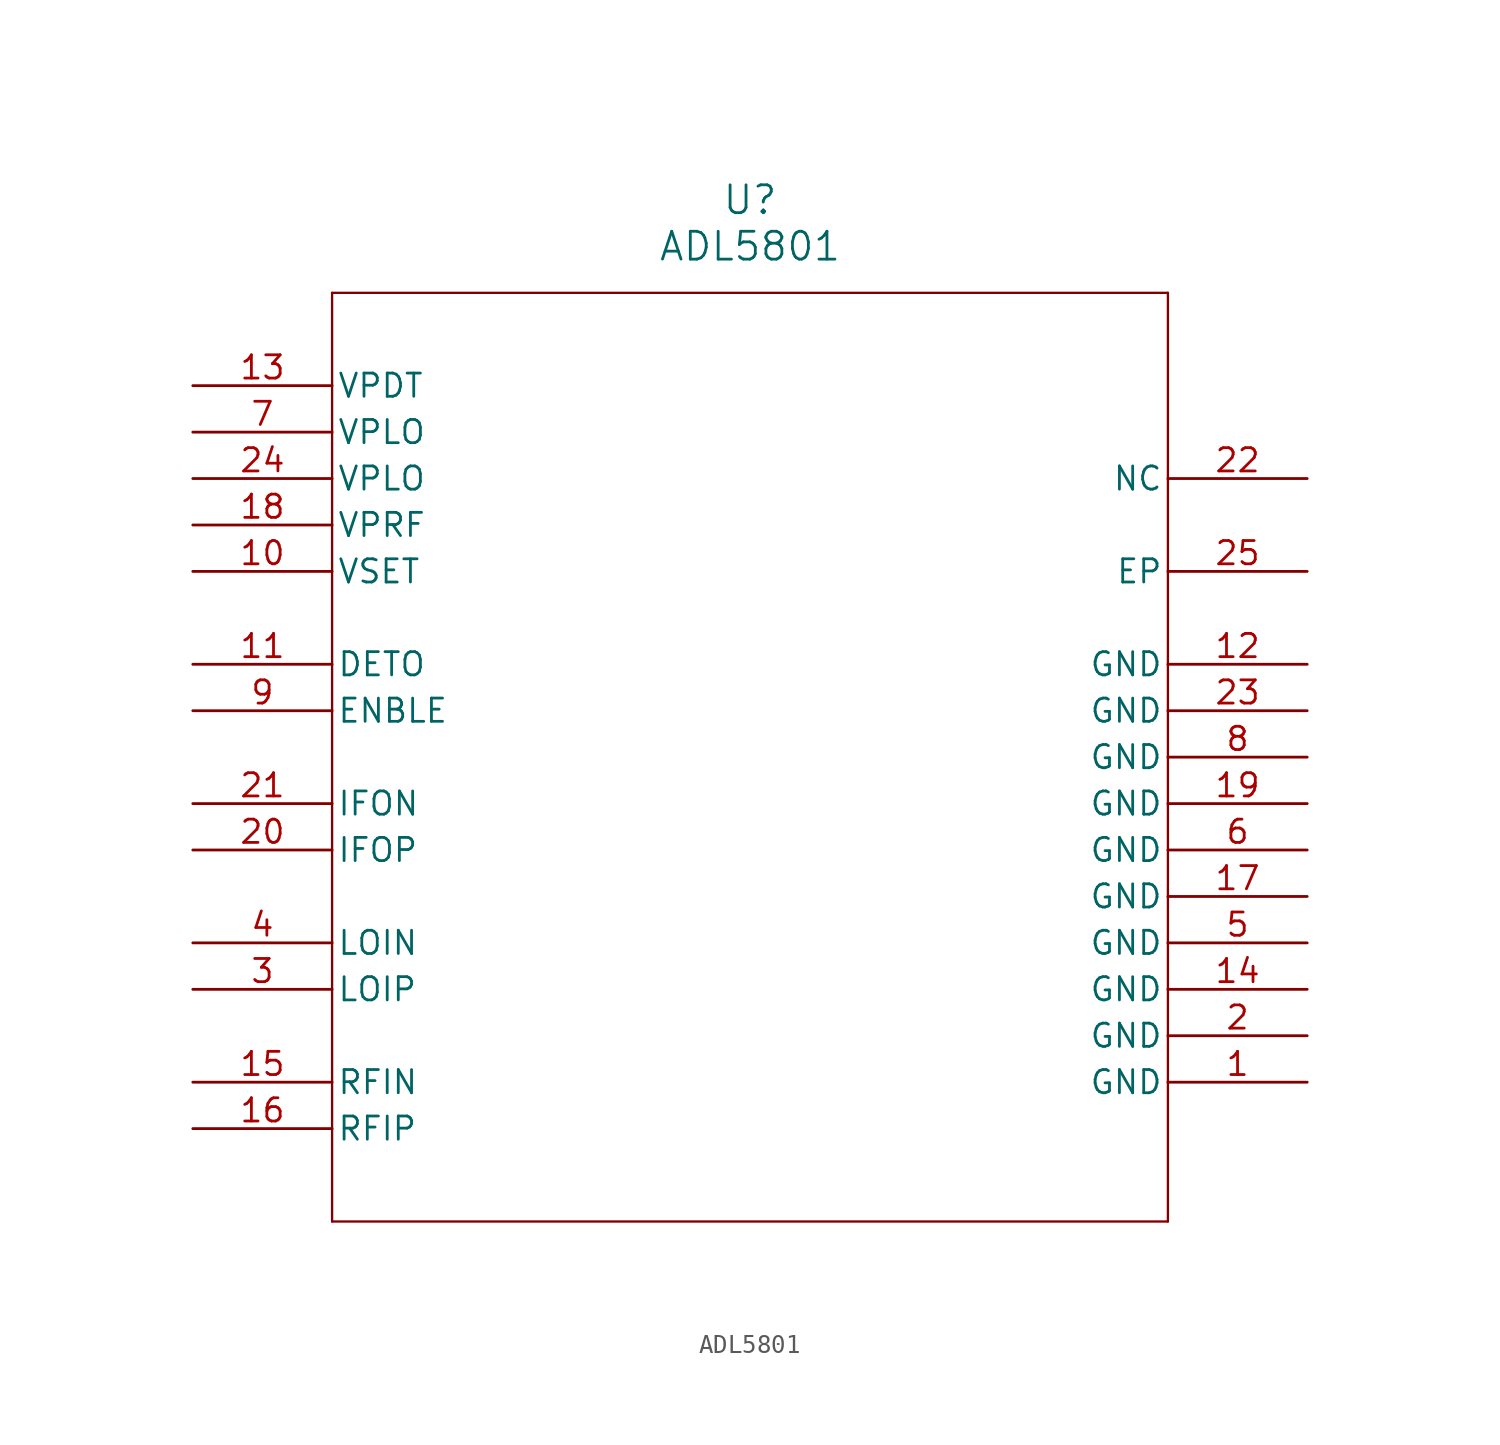
<source format=kicad_sym>
(kicad_symbol_lib
  (version 20241209)
  (generator "kicad_symbol_editor")
  (generator_version "9.0")
  (symbol "ADL5801"
    (pin_names
      (offset 0.254))
    (property "Reference" "U"
      (at 30.48 5.08 0)
      (effects (font (size 1.524 1.524))))
    (property "Value" "ADL5801"
      (at 30.48 2.54 0)
      (effects (font (size 1.524 1.524))))
    (property "ki_locked" ""
      (at 0 0 0)
      (effects (font (size 1.27 1.27))))
    (symbol "ADL5801_0_1"
      (polyline (pts (xy 7.62 0) (xy 7.62 -50.8)) (stroke (width 0.127) (type default)) (fill (type none)))
      (polyline (pts (xy 7.62 -50.8) (xy 53.34 -50.8)) (stroke (width 0.127) (type default)) (fill (type none)))
      (polyline (pts (xy 53.34 0) (xy 7.62 0)) (stroke (width 0.127) (type default)) (fill (type none)))
      (polyline (pts (xy 53.34 -50.8) (xy 53.34 0)) (stroke (width 0.127) (type default)) (fill (type none)))
      (pin unspecified line (at 0 -5.08 0) (length 7.62) (name "VPDT" (effects (font (size 1.27 1.27)))) (number "13" (effects (font (size 1.27 1.27)))))
      (pin unspecified line (at 0 -7.62 0) (length 7.62) (name "VPLO" (effects (font (size 1.27 1.27)))) (number "7" (effects (font (size 1.27 1.27)))))
      (pin unspecified line (at 0 -10.16 0) (length 7.62) (name "VPLO" (effects (font (size 1.27 1.27)))) (number "24" (effects (font (size 1.27 1.27)))))
      (pin unspecified line (at 0 -12.7 0) (length 7.62) (name "VPRF" (effects (font (size 1.27 1.27)))) (number "18" (effects (font (size 1.27 1.27)))))
      (pin unspecified line (at 0 -15.24 0) (length 7.62) (name "VSET" (effects (font (size 1.27 1.27)))) (number "10" (effects (font (size 1.27 1.27)))))
      (pin unspecified line (at 0 -20.32 0) (length 7.62) (name "DETO" (effects (font (size 1.27 1.27)))) (number "11" (effects (font (size 1.27 1.27)))))
      (pin unspecified line (at 0 -22.86 0) (length 7.62) (name "ENBLE" (effects (font (size 1.27 1.27)))) (number "9" (effects (font (size 1.27 1.27)))))
      (pin unspecified line (at 0 -27.94 0) (length 7.62) (name "IFON" (effects (font (size 1.27 1.27)))) (number "21" (effects (font (size 1.27 1.27)))))
      (pin unspecified line (at 0 -30.48 0) (length 7.62) (name "IFOP" (effects (font (size 1.27 1.27)))) (number "20" (effects (font (size 1.27 1.27)))))
      (pin unspecified line (at 0 -35.56 0) (length 7.62) (name "LOIN" (effects (font (size 1.27 1.27)))) (number "4" (effects (font (size 1.27 1.27)))))
      (pin unspecified line (at 0 -38.1 0) (length 7.62) (name "LOIP" (effects (font (size 1.27 1.27)))) (number "3" (effects (font (size 1.27 1.27)))))
      (pin unspecified line (at 0 -43.18 0) (length 7.62) (name "RFIN" (effects (font (size 1.27 1.27)))) (number "15" (effects (font (size 1.27 1.27)))))
      (pin unspecified line (at 0 -45.72 0) (length 7.62) (name "RFIP" (effects (font (size 1.27 1.27)))) (number "16" (effects (font (size 1.27 1.27)))))
      (pin unspecified line (at 60.96 -10.16 180) (length 7.62) (name "NC" (effects (font (size 1.27 1.27)))) (number "22" (effects (font (size 1.27 1.27)))))
      (pin unspecified line (at 60.96 -15.24 180) (length 7.62) (name "EP" (effects (font (size 1.27 1.27)))) (number "25" (effects (font (size 1.27 1.27)))))
      (pin unspecified line (at 60.96 -20.32 180) (length 7.62) (name "GND" (effects (font (size 1.27 1.27)))) (number "12" (effects (font (size 1.27 1.27)))))
      (pin unspecified line (at 60.96 -22.86 180) (length 7.62) (name "GND" (effects (font (size 1.27 1.27)))) (number "23" (effects (font (size 1.27 1.27)))))
      (pin unspecified line (at 60.96 -25.4 180) (length 7.62) (name "GND" (effects (font (size 1.27 1.27)))) (number "8" (effects (font (size 1.27 1.27)))))
      (pin unspecified line (at 60.96 -27.94 180) (length 7.62) (name "GND" (effects (font (size 1.27 1.27)))) (number "19" (effects (font (size 1.27 1.27)))))
      (pin unspecified line (at 60.96 -30.48 180) (length 7.62) (name "GND" (effects (font (size 1.27 1.27)))) (number "6" (effects (font (size 1.27 1.27)))))
      (pin unspecified line (at 60.96 -33.02 180) (length 7.62) (name "GND" (effects (font (size 1.27 1.27)))) (number "17" (effects (font (size 1.27 1.27)))))
      (pin unspecified line (at 60.96 -35.56 180) (length 7.62) (name "GND" (effects (font (size 1.27 1.27)))) (number "5" (effects (font (size 1.27 1.27)))))
      (pin unspecified line (at 60.96 -38.1 180) (length 7.62) (name "GND" (effects (font (size 1.27 1.27)))) (number "14" (effects (font (size 1.27 1.27)))))
      (pin unspecified line (at 60.96 -40.64 180) (length 7.62) (name "GND" (effects (font (size 1.27 1.27)))) (number "2" (effects (font (size 1.27 1.27)))))
      (pin unspecified line (at 60.96 -43.18 180) (length 7.62) (name "GND" (effects (font (size 1.27 1.27)))) (number "1" (effects (font (size 1.27 1.27))))))))
</source>
